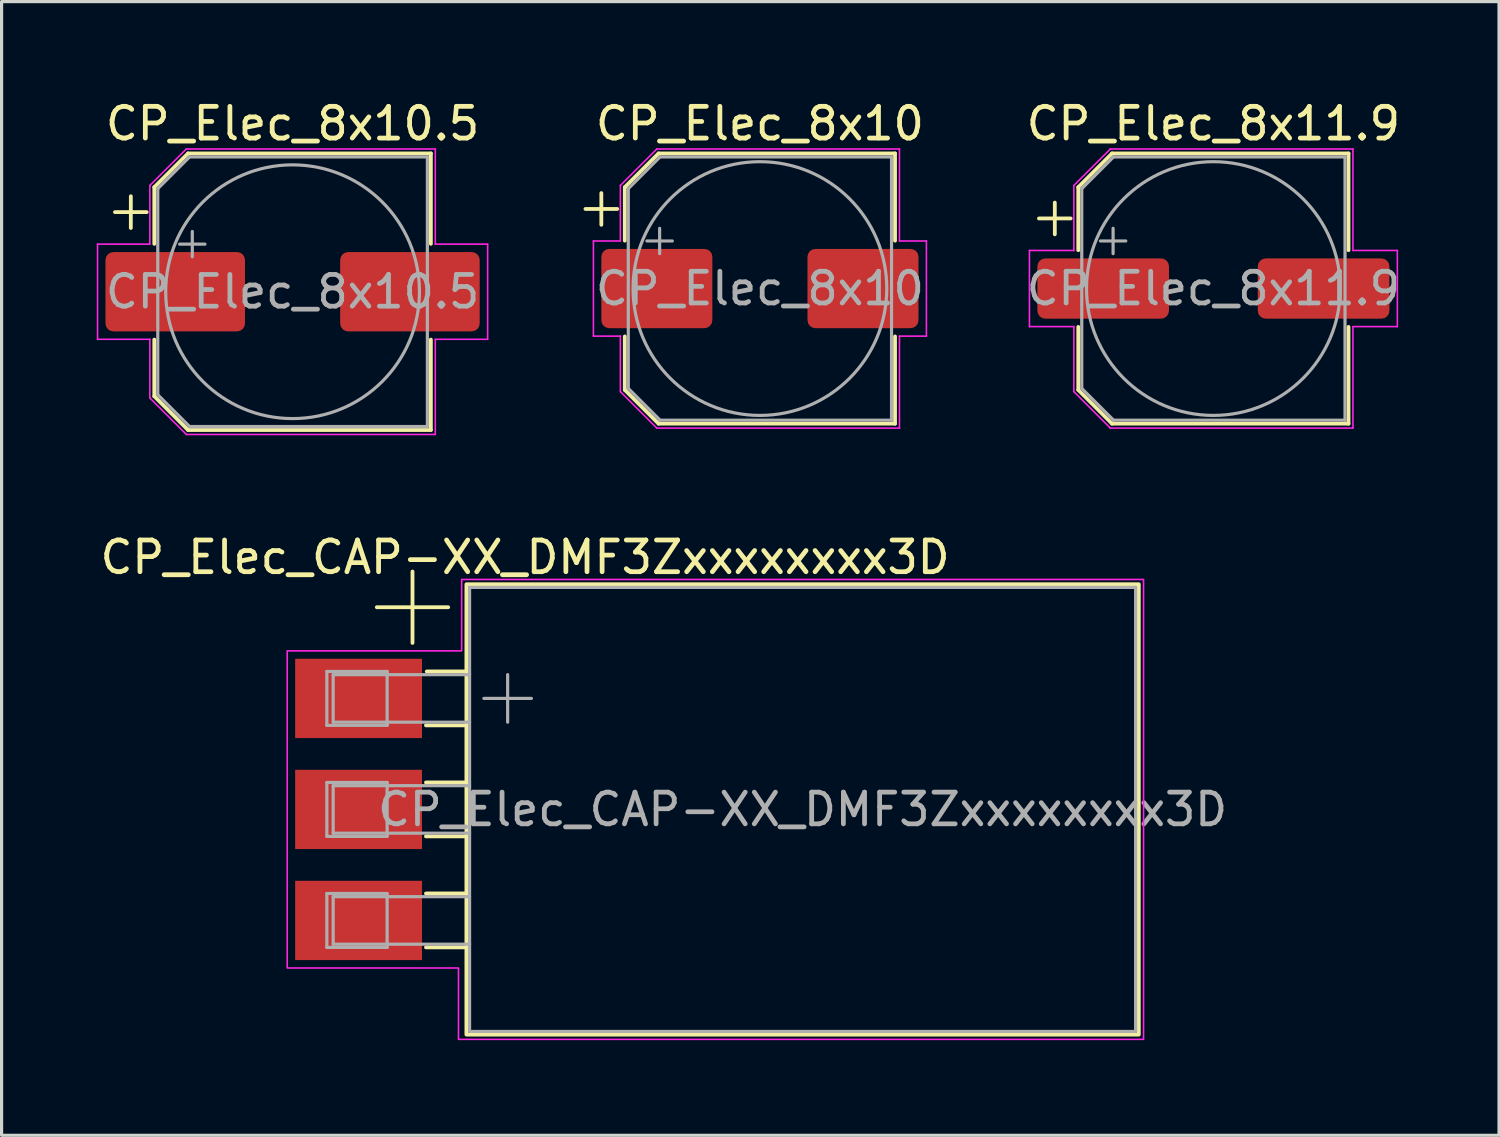
<source format=kicad_pcb>
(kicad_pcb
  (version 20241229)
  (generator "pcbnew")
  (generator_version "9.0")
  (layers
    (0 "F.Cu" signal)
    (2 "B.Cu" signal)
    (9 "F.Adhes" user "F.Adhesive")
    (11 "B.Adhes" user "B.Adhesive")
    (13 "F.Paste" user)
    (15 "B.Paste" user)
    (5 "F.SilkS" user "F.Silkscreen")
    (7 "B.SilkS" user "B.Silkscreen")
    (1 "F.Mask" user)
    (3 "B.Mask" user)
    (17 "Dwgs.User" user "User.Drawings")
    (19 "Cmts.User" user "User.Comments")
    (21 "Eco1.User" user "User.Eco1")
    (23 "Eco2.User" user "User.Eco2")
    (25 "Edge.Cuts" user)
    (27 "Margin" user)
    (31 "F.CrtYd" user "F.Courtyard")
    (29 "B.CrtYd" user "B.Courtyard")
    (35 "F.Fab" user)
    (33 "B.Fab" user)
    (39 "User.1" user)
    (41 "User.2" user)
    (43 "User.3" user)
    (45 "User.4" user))
  (footprint "CP_Elec_8x11.9"
    (layer "F.Cu")
    (at 35.208 6.048)
    (property "Reference" "CP_Elec_8x11.9" (at 0 -5.2 0) (layer "F.SilkS") (effects (font (size 1 1) (thickness 0.15))))
    (attr smd)
    (fp_line (start -5.5 -2.21) (end -4.5 -2.21) (stroke (width 0.12) (type solid)) (layer "F.SilkS"))
    (fp_line (start -5 -2.71) (end -5 -1.71) (stroke (width 0.12) (type solid)) (layer "F.SilkS"))
    (fp_line (start -4.26 -3.196) (end -4.26 -1.21) (stroke (width 0.12) (type solid)) (layer "F.SilkS"))
    (fp_line (start -4.26 -3.196) (end -3.196 -4.26) (stroke (width 0.12) (type solid)) (layer "F.SilkS"))
    (fp_line (start -4.26 3.196) (end -4.26 1.21) (stroke (width 0.12) (type solid)) (layer "F.SilkS"))
    (fp_line (start -4.26 3.196) (end -3.196 4.26) (stroke (width 0.12) (type solid)) (layer "F.SilkS"))
    (fp_line (start -3.196 -4.26) (end 4.26 -4.26) (stroke (width 0.12) (type solid)) (layer "F.SilkS"))
    (fp_line (start -3.196 4.26) (end 4.26 4.26) (stroke (width 0.12) (type solid)) (layer "F.SilkS"))
    (fp_line (start 4.26 -4.26) (end 4.26 -1.21) (stroke (width 0.12) (type solid)) (layer "F.SilkS"))
    (fp_line (start 4.26 4.26) (end 4.26 1.21) (stroke (width 0.12) (type solid)) (layer "F.SilkS"))
    (fp_line (start -5.8 -1.2) (end -5.8 1.2) (stroke (width 0.05) (type solid)) (layer "F.CrtYd"))
    (fp_line (start -5.8 1.2) (end -4.4 1.2) (stroke (width 0.05) (type solid)) (layer "F.CrtYd"))
    (fp_line (start -4.4 -3.25) (end -4.4 -1.2) (stroke (width 0.05) (type solid)) (layer "F.CrtYd"))
    (fp_line (start -4.4 -3.25) (end -3.25 -4.4) (stroke (width 0.05) (type solid)) (layer "F.CrtYd"))
    (fp_line (start -4.4 -1.2) (end -5.8 -1.2) (stroke (width 0.05) (type solid)) (layer "F.CrtYd"))
    (fp_line (start -4.4 1.2) (end -4.4 3.25) (stroke (width 0.05) (type solid)) (layer "F.CrtYd"))
    (fp_line (start -4.4 3.25) (end -3.25 4.4) (stroke (width 0.05) (type solid)) (layer "F.CrtYd"))
    (fp_line (start -3.25 -4.4) (end 4.4 -4.4) (stroke (width 0.05) (type solid)) (layer "F.CrtYd"))
    (fp_line (start -3.25 4.4) (end 4.4 4.4) (stroke (width 0.05) (type solid)) (layer "F.CrtYd"))
    (fp_line (start 4.4 -4.4) (end 4.4 -1.2) (stroke (width 0.05) (type solid)) (layer "F.CrtYd"))
    (fp_line (start 4.4 -1.2) (end 5.8 -1.2) (stroke (width 0.05) (type solid)) (layer "F.CrtYd"))
    (fp_line (start 4.4 1.2) (end 4.4 4.4) (stroke (width 0.05) (type solid)) (layer "F.CrtYd"))
    (fp_line (start 5.8 -1.2) (end 5.8 1.2) (stroke (width 0.05) (type solid)) (layer "F.CrtYd"))
    (fp_line (start 5.8 1.2) (end 4.4 1.2) (stroke (width 0.05) (type solid)) (layer "F.CrtYd"))
    (fp_line (start -4.15 -3.15) (end -4.15 3.15) (stroke (width 0.1) (type solid)) (layer "F.Fab"))
    (fp_line (start -4.15 -3.15) (end -3.15 -4.15) (stroke (width 0.1) (type solid)) (layer "F.Fab"))
    (fp_line (start -4.15 3.15) (end -3.15 4.15) (stroke (width 0.1) (type solid)) (layer "F.Fab"))
    (fp_line (start -3.562 -1.5) (end -2.762 -1.5) (stroke (width 0.1) (type solid)) (layer "F.Fab"))
    (fp_line (start -3.162 -1.9) (end -3.162 -1.1) (stroke (width 0.1) (type solid)) (layer "F.Fab"))
    (fp_line (start -3.15 -4.15) (end 4.15 -4.15) (stroke (width 0.1) (type solid)) (layer "F.Fab"))
    (fp_line (start -3.15 4.15) (end 4.15 4.15) (stroke (width 0.1) (type solid)) (layer "F.Fab"))
    (fp_line (start 4.15 -4.15) (end 4.15 4.15) (stroke (width 0.1) (type solid)) (layer "F.Fab"))
    (fp_circle (center 0 0) (end 4 0) (stroke (width 0.1) (type solid)) (fill no) (layer "F.Fab"))
    (fp_text user "${REFERENCE}" (at 0 0 0) (layer "F.Fab") (effects (font (size 1 1) (thickness 0.15))))
    (pad "1" smd roundrect (at -3.475 0) (size 4.15 1.9) (layers "F.Cu" "F.Mask" "F.Paste") (roundrect_rratio 0.132))
    (pad "2" smd roundrect (at 3.475 0) (size 4.15 1.9) (layers "F.Cu" "F.Mask" "F.Paste") (roundrect_rratio 0.132)))
  (footprint "CP_Elec_8x10.5"
    (layer "F.Cu")
    (at 6.175 6.148)
    (property "Reference" "CP_Elec_8x10.5" (at 0 -5.3 0) (layer "F.SilkS") (effects (font (size 1 1) (thickness 0.15))))
    (attr smd)
    (fp_line (start -5.6 -2.51) (end -4.6 -2.51) (stroke (width 0.12) (type solid)) (layer "F.SilkS"))
    (fp_line (start -5.1 -3.01) (end -5.1 -2.01) (stroke (width 0.12) (type solid)) (layer "F.SilkS"))
    (fp_line (start -4.36 -3.296) (end -4.36 -1.51) (stroke (width 0.12) (type solid)) (layer "F.SilkS"))
    (fp_line (start -4.36 -3.296) (end -3.296 -4.36) (stroke (width 0.12) (type solid)) (layer "F.SilkS"))
    (fp_line (start -4.36 3.296) (end -4.36 1.51) (stroke (width 0.12) (type solid)) (layer "F.SilkS"))
    (fp_line (start -4.36 3.296) (end -3.296 4.36) (stroke (width 0.12) (type solid)) (layer "F.SilkS"))
    (fp_line (start -3.296 -4.36) (end 4.36 -4.36) (stroke (width 0.12) (type solid)) (layer "F.SilkS"))
    (fp_line (start -3.296 4.36) (end 4.36 4.36) (stroke (width 0.12) (type solid)) (layer "F.SilkS"))
    (fp_line (start 4.36 -4.36) (end 4.36 -1.51) (stroke (width 0.12) (type solid)) (layer "F.SilkS"))
    (fp_line (start 4.36 4.36) (end 4.36 1.51) (stroke (width 0.12) (type solid)) (layer "F.SilkS"))
    (fp_line (start -6.15 -1.5) (end -6.15 1.5) (stroke (width 0.05) (type solid)) (layer "F.CrtYd"))
    (fp_line (start -6.15 1.5) (end -4.5 1.5) (stroke (width 0.05) (type solid)) (layer "F.CrtYd"))
    (fp_line (start -4.5 -3.35) (end -4.5 -1.5) (stroke (width 0.05) (type solid)) (layer "F.CrtYd"))
    (fp_line (start -4.5 -3.35) (end -3.35 -4.5) (stroke (width 0.05) (type solid)) (layer "F.CrtYd"))
    (fp_line (start -4.5 -1.5) (end -6.15 -1.5) (stroke (width 0.05) (type solid)) (layer "F.CrtYd"))
    (fp_line (start -4.5 1.5) (end -4.5 3.35) (stroke (width 0.05) (type solid)) (layer "F.CrtYd"))
    (fp_line (start -4.5 3.35) (end -3.35 4.5) (stroke (width 0.05) (type solid)) (layer "F.CrtYd"))
    (fp_line (start -3.35 -4.5) (end 4.5 -4.5) (stroke (width 0.05) (type solid)) (layer "F.CrtYd"))
    (fp_line (start -3.35 4.5) (end 4.5 4.5) (stroke (width 0.05) (type solid)) (layer "F.CrtYd"))
    (fp_line (start 4.5 -4.5) (end 4.5 -1.5) (stroke (width 0.05) (type solid)) (layer "F.CrtYd"))
    (fp_line (start 4.5 -1.5) (end 6.15 -1.5) (stroke (width 0.05) (type solid)) (layer "F.CrtYd"))
    (fp_line (start 4.5 1.5) (end 4.5 4.5) (stroke (width 0.05) (type solid)) (layer "F.CrtYd"))
    (fp_line (start 6.15 -1.5) (end 6.15 1.5) (stroke (width 0.05) (type solid)) (layer "F.CrtYd"))
    (fp_line (start 6.15 1.5) (end 4.5 1.5) (stroke (width 0.05) (type solid)) (layer "F.CrtYd"))
    (fp_line (start -4.25 -3.25) (end -4.25 3.25) (stroke (width 0.1) (type solid)) (layer "F.Fab"))
    (fp_line (start -4.25 -3.25) (end -3.25 -4.25) (stroke (width 0.1) (type solid)) (layer "F.Fab"))
    (fp_line (start -4.25 3.25) (end -3.25 4.25) (stroke (width 0.1) (type solid)) (layer "F.Fab"))
    (fp_line (start -3.562 -1.5) (end -2.762 -1.5) (stroke (width 0.1) (type solid)) (layer "F.Fab"))
    (fp_line (start -3.25 -4.25) (end 4.25 -4.25) (stroke (width 0.1) (type solid)) (layer "F.Fab"))
    (fp_line (start -3.25 4.25) (end 4.25 4.25) (stroke (width 0.1) (type solid)) (layer "F.Fab"))
    (fp_line (start -3.162 -1.9) (end -3.162 -1.1) (stroke (width 0.1) (type solid)) (layer "F.Fab"))
    (fp_line (start 4.25 -4.25) (end 4.25 4.25) (stroke (width 0.1) (type solid)) (layer "F.Fab"))
    (fp_circle (center 0 0) (end 4 0) (stroke (width 0.1) (type solid)) (fill no) (layer "F.Fab"))
    (fp_text user "${REFERENCE}" (at 0 0 0) (layer "F.Fab") (effects (font (size 1 1) (thickness 0.15))))
    (pad "1" smd roundrect (at -3.7 0) (size 4.4 2.5) (layers "F.Cu" "F.Mask" "F.Paste") (roundrect_rratio 0.1))
    (pad "2" smd roundrect (at 3.7 0) (size 4.4 2.5) (layers "F.Cu" "F.Mask" "F.Paste") (roundrect_rratio 0.1)))
  (footprint "CP_Elec_8x10"
    (layer "F.Cu")
    (at 20.91 6.048)
    (property "Reference" "CP_Elec_8x10" (at 0 -5.2 0) (layer "F.SilkS") (effects (font (size 1 1) (thickness 0.15))))
    (attr smd)
    (fp_line (start -5.5 -2.51) (end -4.5 -2.51) (stroke (width 0.12) (type solid)) (layer "F.SilkS"))
    (fp_line (start -5 -3.01) (end -5 -2.01) (stroke (width 0.12) (type solid)) (layer "F.SilkS"))
    (fp_line (start -4.26 -3.196) (end -4.26 -1.51) (stroke (width 0.12) (type solid)) (layer "F.SilkS"))
    (fp_line (start -4.26 -3.196) (end -3.196 -4.26) (stroke (width 0.12) (type solid)) (layer "F.SilkS"))
    (fp_line (start -4.26 3.196) (end -4.26 1.51) (stroke (width 0.12) (type solid)) (layer "F.SilkS"))
    (fp_line (start -4.26 3.196) (end -3.196 4.26) (stroke (width 0.12) (type solid)) (layer "F.SilkS"))
    (fp_line (start -3.196 -4.26) (end 4.26 -4.26) (stroke (width 0.12) (type solid)) (layer "F.SilkS"))
    (fp_line (start -3.196 4.26) (end 4.26 4.26) (stroke (width 0.12) (type solid)) (layer "F.SilkS"))
    (fp_line (start 4.26 -4.26) (end 4.26 -1.51) (stroke (width 0.12) (type solid)) (layer "F.SilkS"))
    (fp_line (start 4.26 4.26) (end 4.26 1.51) (stroke (width 0.12) (type solid)) (layer "F.SilkS"))
    (fp_line (start -5.25 -1.5) (end -5.25 1.5) (stroke (width 0.05) (type solid)) (layer "F.CrtYd"))
    (fp_line (start -5.25 1.5) (end -4.4 1.5) (stroke (width 0.05) (type solid)) (layer "F.CrtYd"))
    (fp_line (start -4.4 -3.25) (end -4.4 -1.5) (stroke (width 0.05) (type solid)) (layer "F.CrtYd"))
    (fp_line (start -4.4 -3.25) (end -3.25 -4.4) (stroke (width 0.05) (type solid)) (layer "F.CrtYd"))
    (fp_line (start -4.4 -1.5) (end -5.25 -1.5) (stroke (width 0.05) (type solid)) (layer "F.CrtYd"))
    (fp_line (start -4.4 1.5) (end -4.4 3.25) (stroke (width 0.05) (type solid)) (layer "F.CrtYd"))
    (fp_line (start -4.4 3.25) (end -3.25 4.4) (stroke (width 0.05) (type solid)) (layer "F.CrtYd"))
    (fp_line (start -3.25 -4.4) (end 4.4 -4.4) (stroke (width 0.05) (type solid)) (layer "F.CrtYd"))
    (fp_line (start -3.25 4.4) (end 4.4 4.4) (stroke (width 0.05) (type solid)) (layer "F.CrtYd"))
    (fp_line (start 4.4 -4.4) (end 4.4 -1.5) (stroke (width 0.05) (type solid)) (layer "F.CrtYd"))
    (fp_line (start 4.4 -1.5) (end 5.25 -1.5) (stroke (width 0.05) (type solid)) (layer "F.CrtYd"))
    (fp_line (start 4.4 1.5) (end 4.4 4.4) (stroke (width 0.05) (type solid)) (layer "F.CrtYd"))
    (fp_line (start 5.25 -1.5) (end 5.25 1.5) (stroke (width 0.05) (type solid)) (layer "F.CrtYd"))
    (fp_line (start 5.25 1.5) (end 4.4 1.5) (stroke (width 0.05) (type solid)) (layer "F.CrtYd"))
    (fp_line (start -4.15 -3.15) (end -4.15 3.15) (stroke (width 0.1) (type solid)) (layer "F.Fab"))
    (fp_line (start -4.15 -3.15) (end -3.15 -4.15) (stroke (width 0.1) (type solid)) (layer "F.Fab"))
    (fp_line (start -4.15 3.15) (end -3.15 4.15) (stroke (width 0.1) (type solid)) (layer "F.Fab"))
    (fp_line (start -3.562 -1.5) (end -2.762 -1.5) (stroke (width 0.1) (type solid)) (layer "F.Fab"))
    (fp_line (start -3.162 -1.9) (end -3.162 -1.1) (stroke (width 0.1) (type solid)) (layer "F.Fab"))
    (fp_line (start -3.15 -4.15) (end 4.15 -4.15) (stroke (width 0.1) (type solid)) (layer "F.Fab"))
    (fp_line (start -3.15 4.15) (end 4.15 4.15) (stroke (width 0.1) (type solid)) (layer "F.Fab"))
    (fp_line (start 4.15 -4.15) (end 4.15 4.15) (stroke (width 0.1) (type solid)) (layer "F.Fab"))
    (fp_circle (center 0 0) (end 4 0) (stroke (width 0.1) (type solid)) (fill no) (layer "F.Fab"))
    (fp_text user "${REFERENCE}" (at 0 0 0) (layer "F.Fab") (effects (font (size 1 1) (thickness 0.15))))
    (pad "1" smd roundrect (at -3.25 0) (size 3.5 2.5) (layers "F.Cu" "F.Mask" "F.Paste") (roundrect_rratio 0.1))
    (pad "2" smd roundrect (at 3.25 0) (size 3.5 2.5) (layers "F.Cu" "F.Mask" "F.Paste") (roundrect_rratio 0.1)))
  (footprint "CP_Elec_CAP-XX_DMF3Zxxxxxxxx3D"
    (layer "F.Cu")
    (at 22.256 22.471)
    (property "Reference" "CP_Elec_CAP-XX_DMF3Zxxxxxxxx3D" (at -8.75 -7.95 0) (layer "F.SilkS") (effects (font (size 1 1) (thickness 0.15))))
    (attr exclude_from_pos_files)
    (fp_line (start -13.425 -6.375) (end -11.175 -6.375) (stroke (width 0.12) (type solid)) (layer "F.SilkS"))
    (fp_line (start -12.3 -7.5) (end -12.3 -5.25) (stroke (width 0.12) (type solid)) (layer "F.SilkS"))
    (fp_line (start -11.875 -2.65) (end -10.625 -2.65) (stroke (width 0.12) (type solid)) (layer "F.SilkS"))
    (fp_line (start -11.875 -0.85) (end -10.625 -0.85) (stroke (width 0.12) (type solid)) (layer "F.SilkS"))
    (fp_line (start -11.875 0.85) (end -10.625 0.85) (stroke (width 0.12) (type solid)) (layer "F.SilkS"))
    (fp_line (start -11.875 2.65) (end -10.625 2.65) (stroke (width 0.12) (type solid)) (layer "F.SilkS"))
    (fp_line (start -11.875 4.35) (end -10.625 4.35) (stroke (width 0.12) (type solid)) (layer "F.SilkS"))
    (fp_line (start -11.85 -4.35) (end -10.6 -4.35) (stroke (width 0.12) (type solid)) (layer "F.SilkS"))
    (fp_rect (start -10.6 -7.1) (end 10.6 7.1) (stroke (width 0.12) (type solid)) (fill no) (layer "F.SilkS"))
    (fp_poly (pts (xy 10.75 7.25) (xy -10.85 7.25) (xy -10.85 5) (xy -16.25 5) (xy -16.25 -5) (xy -10.75 -5) (xy -10.75 -7.25) (xy 10.75 -7.25)) (stroke (width 0.05) (type solid)) (fill no) (layer "F.CrtYd"))
    (fp_line (start -15 -4.35) (end -15 -2.65) (stroke (width 0.1) (type solid)) (layer "F.Fab"))
    (fp_line (start -15 -2.65) (end -13.1 -2.65) (stroke (width 0.1) (type solid)) (layer "F.Fab"))
    (fp_line (start -15 -0.85) (end -15 0.85) (stroke (width 0.1) (type solid)) (layer "F.Fab"))
    (fp_line (start -15 0.85) (end -13.1 0.85) (stroke (width 0.1) (type solid)) (layer "F.Fab"))
    (fp_line (start -15 2.65) (end -15 4.35) (stroke (width 0.1) (type solid)) (layer "F.Fab"))
    (fp_line (start -15 4.35) (end -13.1 4.35) (stroke (width 0.1) (type solid)) (layer "F.Fab"))
    (fp_line (start -14.801 -4.249) (end -14.801 -2.751) (stroke (width 0.1) (type solid)) (layer "F.Fab"))
    (fp_line (start -14.801 -2.751) (end -10.5 -2.751) (stroke (width 0.1) (type solid)) (layer "F.Fab"))
    (fp_line (start -14.801 -0.749) (end -14.801 0.749) (stroke (width 0.1) (type solid)) (layer "F.Fab"))
    (fp_line (start -14.801 0.749) (end -10.5 0.749) (stroke (width 0.1) (type solid)) (layer "F.Fab"))
    (fp_line (start -14.801 2.751) (end -14.801 4.249) (stroke (width 0.1) (type solid)) (layer "F.Fab"))
    (fp_line (start -14.801 4.249) (end -10.5 4.249) (stroke (width 0.1) (type solid)) (layer "F.Fab"))
    (fp_line (start -13.1 -4.35) (end -15 -4.35) (stroke (width 0.1) (type solid)) (layer "F.Fab"))
    (fp_line (start -13.1 -2.65) (end -13.1 -4.35) (stroke (width 0.1) (type solid)) (layer "F.Fab"))
    (fp_line (start -13.1 -0.85) (end -15 -0.85) (stroke (width 0.1) (type solid)) (layer "F.Fab"))
    (fp_line (start -13.1 0.85) (end -13.1 -0.85) (stroke (width 0.1) (type solid)) (layer "F.Fab"))
    (fp_line (start -13.1 2.65) (end -15 2.65) (stroke (width 0.1) (type solid)) (layer "F.Fab"))
    (fp_line (start -13.1 4.35) (end -13.1 2.65) (stroke (width 0.1) (type solid)) (layer "F.Fab"))
    (fp_line (start -10.5 -4.249) (end -14.801 -4.249) (stroke (width 0.1) (type solid)) (layer "F.Fab"))
    (fp_line (start -10.5 -0.749) (end -14.801 -0.749) (stroke (width 0.1) (type solid)) (layer "F.Fab"))
    (fp_line (start -10.5 2.751) (end -14.801 2.751) (stroke (width 0.1) (type solid)) (layer "F.Fab"))
    (fp_line (start -10.5 -7) (end -10.5 7) (stroke (width 0.1) (type solid)) (layer "F.Fab"))
    (fp_line (start -10.5 7) (end 10.5 7) (stroke (width 0.1) (type solid)) (layer "F.Fab"))
    (fp_line (start -10.05 -3.5) (end -8.55 -3.5) (stroke (width 0.1) (type solid)) (layer "F.Fab"))
    (fp_line (start -9.3 -4.25) (end -9.3 -2.75) (stroke (width 0.1) (type solid)) (layer "F.Fab"))
    (fp_line (start 10.5 -7) (end -10.5 -7) (stroke (width 0.1) (type solid)) (layer "F.Fab"))
    (fp_line (start 10.5 7) (end 10.5 -7) (stroke (width 0.1) (type solid)) (layer "F.Fab"))
    (fp_text user "${REFERENCE}" (at 0 0 0) (unlocked yes) (layer "F.Fab") (effects (font (size 1 1) (thickness 0.15))))
    (pad "1" smd rect (at -14 -3.5 180) (size 4 2.5) (layers "F.Cu" "F.Mask"))
    (pad "2" smd rect (at -14 0 180) (size 4 2.5) (layers "F.Cu" "F.Mask"))
    (pad "3" smd rect (at -14 3.5 180) (size 4 2.5) (layers "F.Cu" "F.Mask")))
  (gr_rect
    (start -3 -3)
    (end 44.214 32.746)
    (stroke (width 0.1) (type default))
    (fill no)
    (layer "Edge.Cuts")))
</source>
